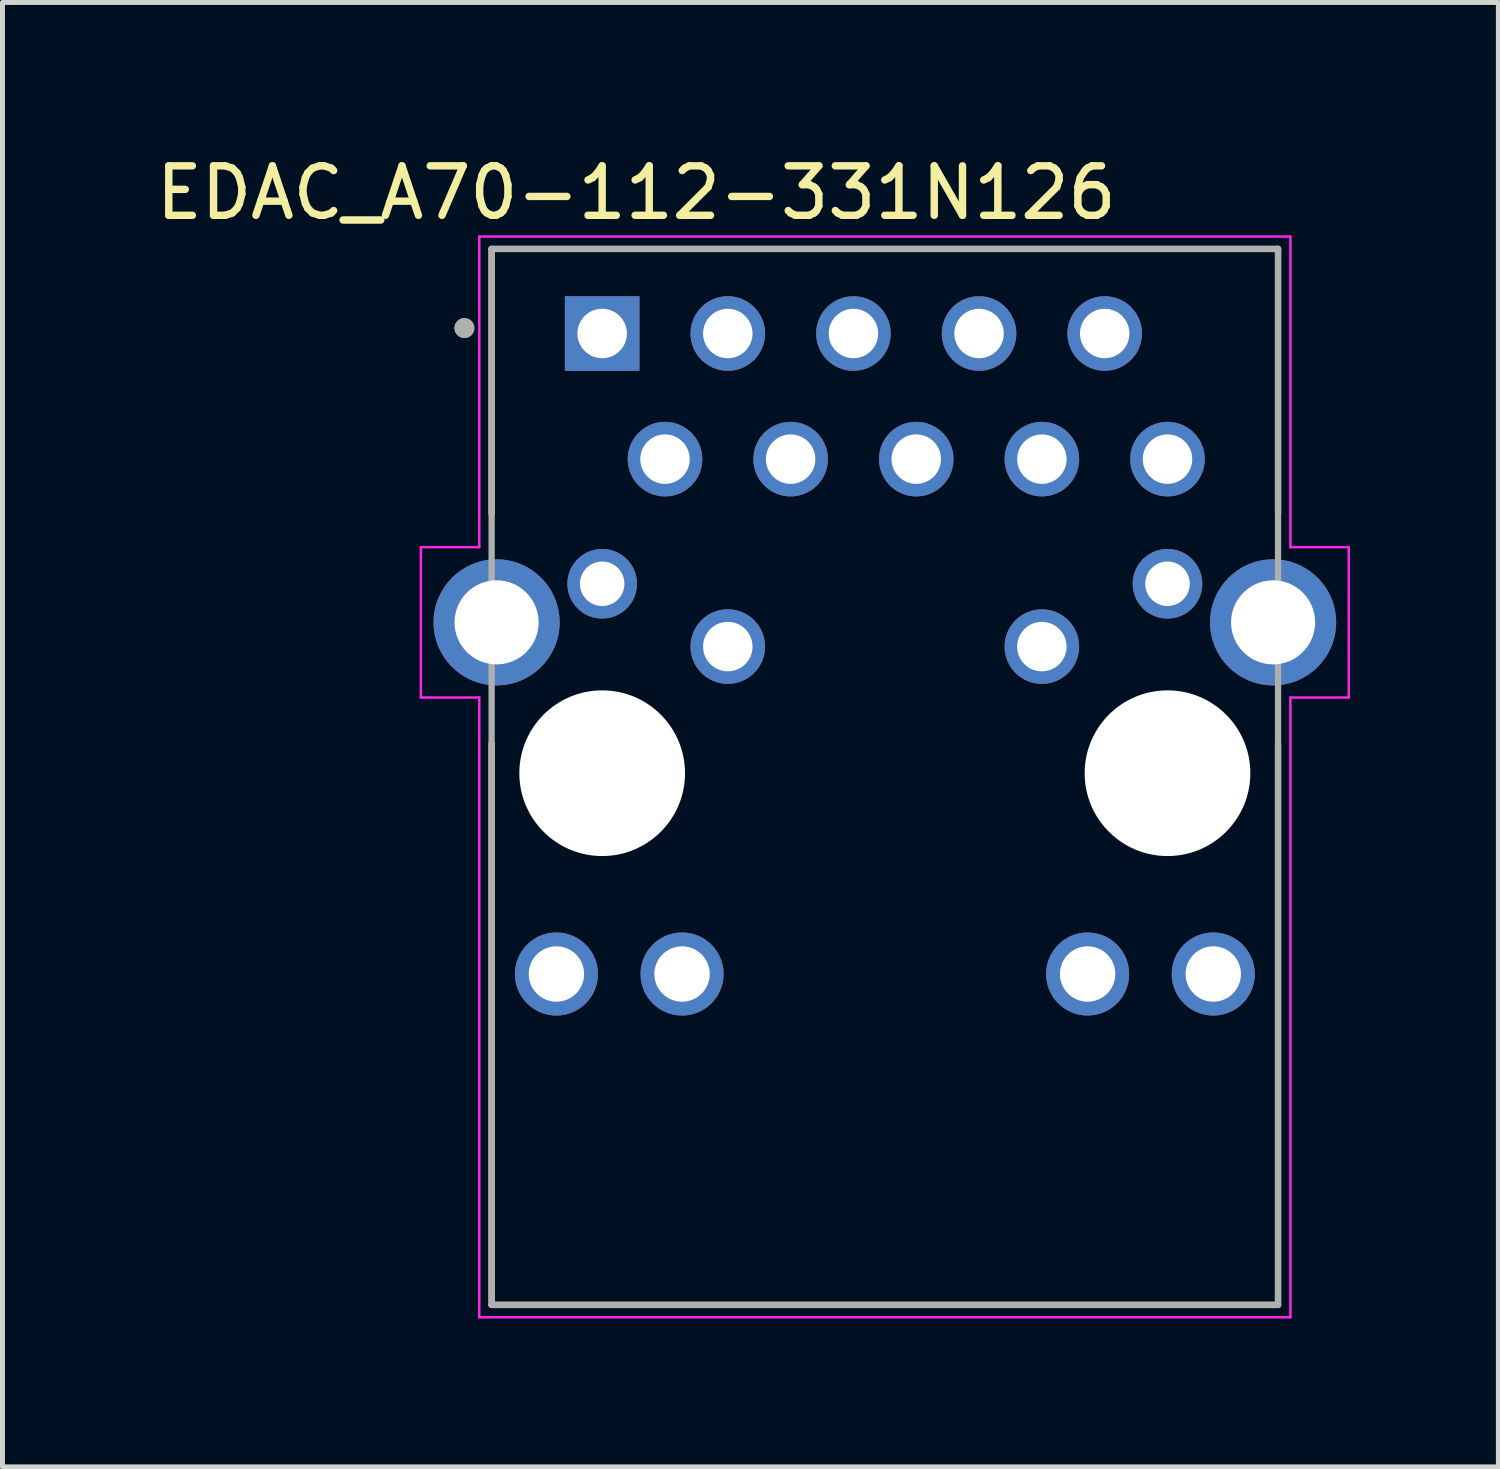
<source format=kicad_pcb>
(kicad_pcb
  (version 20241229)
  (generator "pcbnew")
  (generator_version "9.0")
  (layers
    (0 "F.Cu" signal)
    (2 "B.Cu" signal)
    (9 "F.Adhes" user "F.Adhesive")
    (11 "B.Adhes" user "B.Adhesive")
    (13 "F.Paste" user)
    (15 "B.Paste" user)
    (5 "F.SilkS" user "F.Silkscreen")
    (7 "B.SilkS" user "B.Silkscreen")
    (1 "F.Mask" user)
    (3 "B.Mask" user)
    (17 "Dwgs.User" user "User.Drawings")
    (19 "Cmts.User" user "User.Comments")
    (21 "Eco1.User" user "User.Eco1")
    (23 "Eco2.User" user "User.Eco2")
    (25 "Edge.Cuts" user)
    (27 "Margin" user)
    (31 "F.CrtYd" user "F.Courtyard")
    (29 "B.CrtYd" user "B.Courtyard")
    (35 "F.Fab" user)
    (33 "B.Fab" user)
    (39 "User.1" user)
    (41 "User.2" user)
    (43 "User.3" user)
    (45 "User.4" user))
  (footprint "EDAC_A70-112-331N126"
    (layer "F.Cu")
    (at 14.84 12.583)
    (property "Reference" "EDAC_A70-112-331N126" (at -5.025 -11.735 0) (layer "F.SilkS") (effects (font (size 1 1) (thickness 0.15))))
    (attr through_hole)
    (fp_line (start -7.95 -5.25) (end -7.95 -10.6) (stroke (width 0.127) (type solid)) (layer "F.SilkS"))
    (fp_line (start -7.95 10.75) (end -7.95 -0.6) (stroke (width 0.127) (type solid)) (layer "F.SilkS"))
    (fp_line (start -7.95 10.75) (end 7.95 10.75) (stroke (width 0.127) (type solid)) (layer "F.SilkS"))
    (fp_line (start 7.95 -10.6) (end -7.95 -10.6) (stroke (width 0.127) (type solid)) (layer "F.SilkS"))
    (fp_line (start 7.95 -5.25) (end 7.95 -10.6) (stroke (width 0.127) (type solid)) (layer "F.SilkS"))
    (fp_line (start 7.95 10.75) (end 7.95 -0.6) (stroke (width 0.127) (type solid)) (layer "F.SilkS"))
    (fp_circle (center -8.5 -9) (end -8.4 -9) (stroke (width 0.2) (type solid)) (fill no) (layer "F.SilkS"))
    (fp_line (start -9.38 -4.57) (end -9.38 -1.53) (stroke (width 0.05) (type solid)) (layer "F.CrtYd"))
    (fp_line (start -9.38 -1.53) (end -8.2 -1.53) (stroke (width 0.05) (type solid)) (layer "F.CrtYd"))
    (fp_line (start -8.2 -10.85) (end -8.2 -4.57) (stroke (width 0.05) (type solid)) (layer "F.CrtYd"))
    (fp_line (start -8.2 -10.85) (end 8.2 -10.85) (stroke (width 0.05) (type solid)) (layer "F.CrtYd"))
    (fp_line (start -8.2 -4.57) (end -9.38 -4.57) (stroke (width 0.05) (type solid)) (layer "F.CrtYd"))
    (fp_line (start -8.2 -1.53) (end -8.2 11) (stroke (width 0.05) (type solid)) (layer "F.CrtYd"))
    (fp_line (start 8.2 -4.57) (end 8.2 -10.85) (stroke (width 0.05) (type solid)) (layer "F.CrtYd"))
    (fp_line (start 8.2 -1.53) (end 9.38 -1.53) (stroke (width 0.05) (type solid)) (layer "F.CrtYd"))
    (fp_line (start 8.2 11) (end -8.2 11) (stroke (width 0.05) (type solid)) (layer "F.CrtYd"))
    (fp_line (start 8.2 11) (end 8.2 -1.53) (stroke (width 0.05) (type solid)) (layer "F.CrtYd"))
    (fp_line (start 9.38 -4.57) (end 8.2 -4.57) (stroke (width 0.05) (type solid)) (layer "F.CrtYd"))
    (fp_line (start 9.38 -1.53) (end 9.38 -4.57) (stroke (width 0.05) (type solid)) (layer "F.CrtYd"))
    (fp_line (start -7.95 -10.6) (end 7.95 -10.6) (stroke (width 0.127) (type solid)) (layer "F.Fab"))
    (fp_line (start -7.95 10.75) (end -7.95 -10.6) (stroke (width 0.127) (type solid)) (layer "F.Fab"))
    (fp_line (start 7.95 -10.6) (end 7.95 10.75) (stroke (width 0.127) (type solid)) (layer "F.Fab"))
    (fp_line (start 7.95 10.75) (end -7.95 10.75) (stroke (width 0.127) (type solid)) (layer "F.Fab"))
    (fp_circle (center -8.5 -9) (end -8.4 -9) (stroke (width 0.2) (type solid)) (fill no) (layer "F.Fab"))
    (pad "" np_thru_hole circle (at -5.715 0) (size 3.35 3.35) (drill 3.35) (layers "*.Cu" "*.Mask"))
    (pad "" np_thru_hole circle (at 5.715 0) (size 3.35 3.35) (drill 3.35) (layers "*.Cu" "*.Mask"))
    (pad "1" thru_hole rect (at -5.715 -8.89) (size 1.508 1.508) (drill 1) (layers "*.Cu" "*.Mask"))
    (pad "2" thru_hole circle (at -4.445 -6.35) (size 1.508 1.508) (drill 1) (layers "*.Cu" "*.Mask"))
    (pad "3" thru_hole circle (at -3.175 -8.89) (size 1.508 1.508) (drill 1) (layers "*.Cu" "*.Mask"))
    (pad "4" thru_hole circle (at -1.905 -6.35) (size 1.508 1.508) (drill 1) (layers "*.Cu" "*.Mask"))
    (pad "5" thru_hole circle (at -0.635 -8.89) (size 1.508 1.508) (drill 1) (layers "*.Cu" "*.Mask"))
    (pad "6" thru_hole circle (at 0.635 -6.35) (size 1.508 1.508) (drill 1) (layers "*.Cu" "*.Mask"))
    (pad "7" thru_hole circle (at 1.905 -8.89) (size 1.508 1.508) (drill 1) (layers "*.Cu" "*.Mask"))
    (pad "8" thru_hole circle (at 3.175 -6.35) (size 1.508 1.508) (drill 1) (layers "*.Cu" "*.Mask"))
    (pad "9" thru_hole circle (at 4.445 -8.89) (size 1.508 1.508) (drill 1) (layers "*.Cu" "*.Mask"))
    (pad "10" thru_hole circle (at 5.715 -6.35) (size 1.508 1.508) (drill 1) (layers "*.Cu" "*.Mask"))
    (pad "11" thru_hole circle (at -5.715 -3.83) (size 1.408 1.408) (drill 0.9) (layers "*.Cu" "*.Mask"))
    (pad "12" thru_hole circle (at -3.175 -2.56) (size 1.508 1.508) (drill 1) (layers "*.Cu" "*.Mask"))
    (pad "13" thru_hole circle (at 3.175 -2.56) (size 1.508 1.508) (drill 1) (layers "*.Cu" "*.Mask"))
    (pad "14" thru_hole circle (at 5.715 -3.83) (size 1.408 1.408) (drill 0.9) (layers "*.Cu" "*.Mask"))
    (pad "15" thru_hole circle (at -6.64 4.06) (size 1.68 1.68) (drill 1.12) (layers "*.Cu" "*.Mask"))
    (pad "16" thru_hole circle (at -4.1 4.06) (size 1.68 1.68) (drill 1.12) (layers "*.Cu" "*.Mask"))
    (pad "17" thru_hole circle (at 4.1 4.06) (size 1.68 1.68) (drill 1.12) (layers "*.Cu" "*.Mask"))
    (pad "18" thru_hole circle (at 6.64 4.06) (size 1.68 1.68) (drill 1.12) (layers "*.Cu" "*.Mask"))
    (pad "S1" thru_hole circle (at -7.85 -3.05) (size 2.55 2.55) (drill 1.7) (layers "*.Cu" "*.Mask"))
    (pad "S2" thru_hole circle (at 7.85 -3.05) (size 2.55 2.55) (drill 1.7) (layers "*.Cu" "*.Mask"))
    (zone (net_name "") (layer "F.Cu") (hatch full 0.508) (connect_pads) (min_thickness 0.01) (filled_areas_thickness no) (keepout (tracks not_allowed) (vias not_allowed) (pads not_allowed) (copperpour not_allowed) (footprints allowed)) (placement (enabled no)) (fill) (polygon (pts (xy 6.99 10.583) (xy 7.965 10.583) (xy 7.965 12.583) (xy 6.99 12.583))))
    (zone (net_name "") (layer "F.Cu") (hatch full 0.508) (connect_pads) (min_thickness 0.01) (filled_areas_thickness no) (keepout (tracks not_allowed) (vias not_allowed) (pads not_allowed) (copperpour not_allowed) (footprints allowed)) (placement (enabled no)) (fill) (polygon (pts (xy 7.835 20.633) (xy 21.845 20.633) (xy 21.845 23.333) (xy 7.835 23.333))))
    (zone (net_name "") (layer "F.Cu") (hatch full 0.508) (connect_pads) (min_thickness 0.01) (filled_areas_thickness no) (keepout (tracks not_allowed) (vias not_allowed) (pads not_allowed) (copperpour not_allowed) (footprints allowed)) (placement (enabled no)) (fill) (polygon (pts (xy 21.715 10.583) (xy 22.69 10.583) (xy 22.69 12.583) (xy 21.715 12.583))))
    (zone (net_name "") (layers "F.Cu" "B.Cu") (hatch full 0.508) (connect_pads) (min_thickness 0.01) (filled_areas_thickness no) (keepout (tracks allowed) (vias not_allowed) (pads allowed) (copperpour allowed) (footprints allowed)) (placement (enabled no)) (fill) (polygon (pts (xy 6.99 10.583) (xy 7.965 10.583) (xy 7.965 12.583) (xy 6.99 12.583))))
    (zone (net_name "") (layers "F.Cu" "B.Cu") (hatch full 0.508) (connect_pads) (min_thickness 0.01) (filled_areas_thickness no) (keepout (tracks allowed) (vias not_allowed) (pads allowed) (copperpour allowed) (footprints allowed)) (placement (enabled no)) (fill) (polygon (pts (xy 7.835 20.633) (xy 21.845 20.633) (xy 21.845 23.333) (xy 7.835 23.333))))
    (zone (net_name "") (layers "F.Cu" "B.Cu") (hatch full 0.508) (connect_pads) (min_thickness 0.01) (filled_areas_thickness no) (keepout (tracks allowed) (vias not_allowed) (pads allowed) (copperpour allowed) (footprints allowed)) (placement (enabled no)) (fill) (polygon (pts (xy 21.715 10.583) (xy 22.69 10.583) (xy 22.69 12.583) (xy 21.715 12.583)))))
  (gr_rect
    (start -3 -3)
    (end 27.245 26.608)
    (stroke (width 0.1) (type default))
    (fill no)
    (layer "Edge.Cuts")))
</source>
